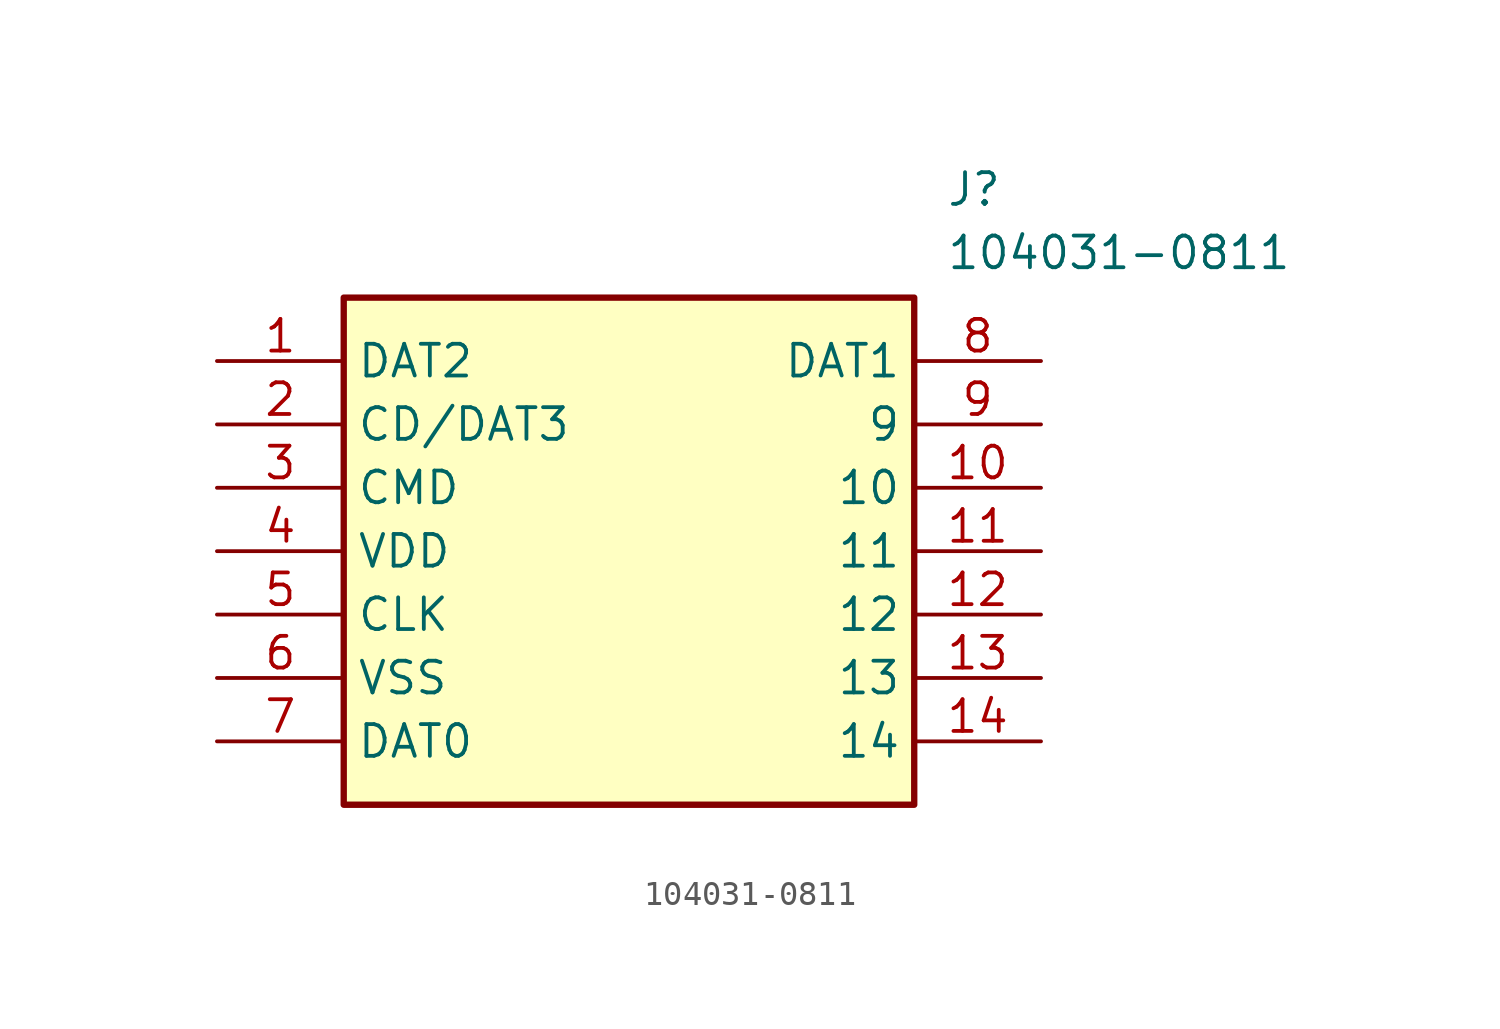
<source format=kicad_sym>
(kicad_symbol_lib
  (version 20211014)
  (generator SamacSys_ECAD_Model)
  (symbol "104031-0811"
    (property "Reference" "J"
      (at 29.21 7.62 0)
      (effects (font (size 1.27 1.27)) (justify left top)))
    (property "Value" "104031-0811"
      (at 29.21 5.08 0)
      (effects (font (size 1.27 1.27)) (justify left top)))
    (rectangle
      (start 5.08 2.54)
      (end 27.94 -17.78)
      (stroke (width 0.254) (type default))
      (fill (type background)))
    (pin passive line
      (at 0 0 0)
      (length 5.08)
      (name "DAT2" (effects (font (size 1.27 1.27))))
      (number "1" (effects (font (size 1.27 1.27)))))
    (pin passive line
      (at 0 -2.54 0)
      (length 5.08)
      (name "CD/DAT3" (effects (font (size 1.27 1.27))))
      (number "2" (effects (font (size 1.27 1.27)))))
    (pin passive line
      (at 0 -5.08 0)
      (length 5.08)
      (name "CMD" (effects (font (size 1.27 1.27))))
      (number "3" (effects (font (size 1.27 1.27)))))
    (pin passive line
      (at 0 -7.62 0)
      (length 5.08)
      (name "VDD" (effects (font (size 1.27 1.27))))
      (number "4" (effects (font (size 1.27 1.27)))))
    (pin passive line
      (at 0 -10.16 0)
      (length 5.08)
      (name "CLK" (effects (font (size 1.27 1.27))))
      (number "5" (effects (font (size 1.27 1.27)))))
    (pin passive line
      (at 0 -12.7 0)
      (length 5.08)
      (name "VSS" (effects (font (size 1.27 1.27))))
      (number "6" (effects (font (size 1.27 1.27)))))
    (pin passive line
      (at 0 -15.24 0)
      (length 5.08)
      (name "DAT0" (effects (font (size 1.27 1.27))))
      (number "7" (effects (font (size 1.27 1.27)))))
    (pin passive line
      (at 33.02 0 180)
      (length 5.08)
      (name "DAT1" (effects (font (size 1.27 1.27))))
      (number "8" (effects (font (size 1.27 1.27)))))
    (pin passive line
      (at 33.02 -2.54 180)
      (length 5.08)
      (name "9" (effects (font (size 1.27 1.27))))
      (number "9" (effects (font (size 1.27 1.27)))))
    (pin passive line
      (at 33.02 -5.08 180)
      (length 5.08)
      (name "10" (effects (font (size 1.27 1.27))))
      (number "10" (effects (font (size 1.27 1.27)))))
    (pin passive line
      (at 33.02 -7.62 180)
      (length 5.08)
      (name "11" (effects (font (size 1.27 1.27))))
      (number "11" (effects (font (size 1.27 1.27)))))
    (pin passive line
      (at 33.02 -10.16 180)
      (length 5.08)
      (name "12" (effects (font (size 1.27 1.27))))
      (number "12" (effects (font (size 1.27 1.27)))))
    (pin passive line
      (at 33.02 -12.7 180)
      (length 5.08)
      (name "13" (effects (font (size 1.27 1.27))))
      (number "13" (effects (font (size 1.27 1.27)))))
    (pin passive line
      (at 33.02 -15.24 180)
      (length 5.08)
      (name "14" (effects (font (size 1.27 1.27))))
      (number "14" (effects (font (size 1.27 1.27)))))))
</source>
